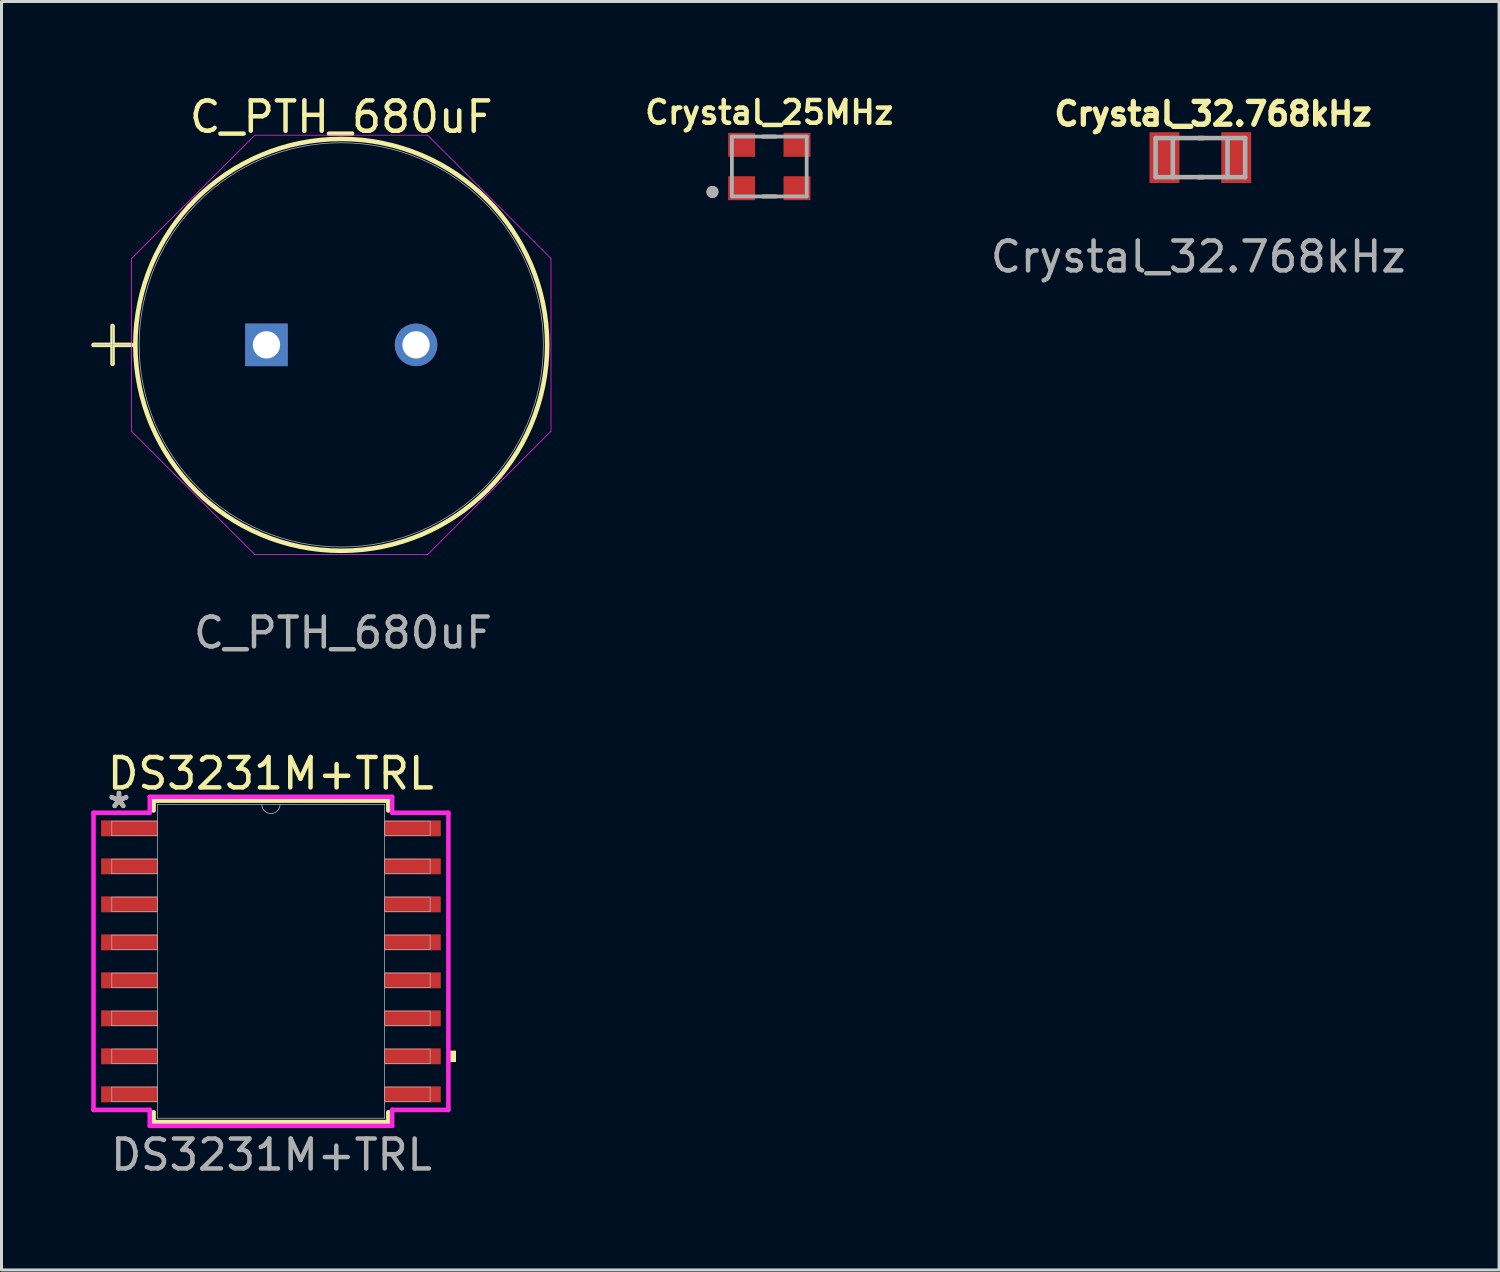
<source format=kicad_pcb>
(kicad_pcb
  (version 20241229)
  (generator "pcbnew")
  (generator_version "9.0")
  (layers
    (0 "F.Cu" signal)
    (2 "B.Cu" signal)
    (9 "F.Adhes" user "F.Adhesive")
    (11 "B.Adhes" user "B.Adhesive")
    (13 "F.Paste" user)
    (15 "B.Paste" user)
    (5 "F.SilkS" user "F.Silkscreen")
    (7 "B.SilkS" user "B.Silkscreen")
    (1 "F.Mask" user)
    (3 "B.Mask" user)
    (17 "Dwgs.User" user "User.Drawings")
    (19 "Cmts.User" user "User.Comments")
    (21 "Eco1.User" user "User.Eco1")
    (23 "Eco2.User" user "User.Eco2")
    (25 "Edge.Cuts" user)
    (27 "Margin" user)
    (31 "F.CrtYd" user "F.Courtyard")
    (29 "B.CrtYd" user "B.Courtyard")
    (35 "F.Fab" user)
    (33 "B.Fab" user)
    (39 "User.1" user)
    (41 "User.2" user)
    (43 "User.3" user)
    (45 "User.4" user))
  (footprint "C_PTH_680uF"
    (layer "F.Cu")
    (at 5.857 8.478)
    (property "Reference" "C_PTH_680uF" (at 2.5 -7.62 0) (unlocked yes) (layer "F.SilkS") (effects (font (size 1.016 1.016) (thickness 0.15))))
    (attr through_hole)
    (fp_line (start -5.78 0) (end -4.51 0) (stroke (width 0.152) (type solid)) (layer "F.SilkS"))
    (fp_line (start -5.145 -0.635) (end -5.145 0.635) (stroke (width 0.152) (type solid)) (layer "F.SilkS"))
    (fp_circle (center 2.5 0) (end 9.383 0) (stroke (width 0.152) (type solid)) (fill no) (layer "F.SilkS"))
    (fp_line (start -4.51 -2.887) (end -0.387 -7.01) (stroke (width 0.025) (type solid)) (layer "F.CrtYd"))
    (fp_line (start -4.51 2.887) (end -4.51 -2.887) (stroke (width 0.025) (type solid)) (layer "F.CrtYd"))
    (fp_line (start -0.387 -7.01) (end 5.387 -7.01) (stroke (width 0.025) (type solid)) (layer "F.CrtYd"))
    (fp_line (start -0.387 7.01) (end -4.51 2.887) (stroke (width 0.025) (type solid)) (layer "F.CrtYd"))
    (fp_line (start 5.387 -7.01) (end 9.51 -2.887) (stroke (width 0.025) (type solid)) (layer "F.CrtYd"))
    (fp_line (start 5.387 7.01) (end -0.387 7.01) (stroke (width 0.025) (type solid)) (layer "F.CrtYd"))
    (fp_line (start 9.51 -2.887) (end 9.51 2.887) (stroke (width 0.025) (type solid)) (layer "F.CrtYd"))
    (fp_line (start 9.51 2.887) (end 5.387 7.01) (stroke (width 0.025) (type solid)) (layer "F.CrtYd"))
    (fp_line (start -5.78 0) (end -4.51 0) (stroke (width 0.025) (type solid)) (layer "F.Fab"))
    (fp_line (start -5.145 -0.635) (end -5.145 0.635) (stroke (width 0.025) (type solid)) (layer "F.Fab"))
    (fp_circle (center 2.5 0) (end 9.256 0) (stroke (width 0.025) (type solid)) (fill no) (layer "F.Fab"))
    (fp_text user "${REFERENCE}" (at 2.559 9.624 0) (unlocked yes) (layer "F.Fab") (effects (font (size 1 1) (thickness 0.15))))
    (pad "1" thru_hole rect (at 0 0) (size 1.422 1.422) (drill 0.914) (layers "*.Cu" "*.Mask"))
    (pad "2" thru_hole circle (at 5 0) (size 1.422 1.422) (drill 0.914) (layers "*.Cu" "*.Mask")))
  (footprint "Crystal_25MHz"
    (layer "F.Cu")
    (at 22.665 2.516)
    (property "Reference" "Crystal_25MHz" (at 0 -1.807 0) (layer "F.SilkS") (effects (font (size 0.762 0.762) (thickness 0.15))))
    (attr smd)
    (fp_line (start -0.221 -1) (end 0.221 -1) (stroke (width 0.127) (type solid)) (layer "F.SilkS"))
    (fp_line (start -0.221 1) (end 0.221 1) (stroke (width 0.127) (type solid)) (layer "F.SilkS"))
    (fp_circle (center -1.9 0.85) (end -1.8 0.85) (stroke (width 0.2) (type solid)) (fill no) (layer "F.SilkS"))
    (fp_line (start -1.25 -1) (end 1.25 -1) (stroke (width 0.127) (type solid)) (layer "F.Fab"))
    (fp_line (start -1.25 1) (end -1.25 -1) (stroke (width 0.127) (type solid)) (layer "F.Fab"))
    (fp_line (start 1.25 -1) (end 1.25 1) (stroke (width 0.127) (type solid)) (layer "F.Fab"))
    (fp_line (start 1.25 1) (end -1.25 1) (stroke (width 0.127) (type solid)) (layer "F.Fab"))
    (fp_circle (center -1.9 0.85) (end -1.8 0.85) (stroke (width 0.2) (type solid)) (fill no) (layer "F.Fab"))
    (pad "1" smd rect (at -0.925 0.725 180) (size 0.9 0.8) (layers "F.Cu" "F.Mask" "F.Paste"))
    (pad "2" smd rect (at 0.925 0.725 180) (size 0.9 0.8) (layers "F.Cu" "F.Mask" "F.Paste"))
    (pad "3" smd rect (at 0.925 -0.725 180) (size 0.9 0.8) (layers "F.Cu" "F.Mask" "F.Paste"))
    (pad "4" smd rect (at -0.925 -0.725 180) (size 0.9 0.8) (layers "F.Cu" "F.Mask" "F.Paste")))
  (footprint "Crystal_32.768kHz"
    (layer "F.Cu")
    (at 35.874 2.218)
    (property "Reference" "Crystal_32.768kHz" (at 1.625 -1.46 0) (unlocked yes) (layer "F.SilkS") (effects (font (size 0.762 0.762) (thickness 0.178) (bold yes))))
    (attr smd)
    (fp_line (start 1.142 0.653) (end 1.295 0.653) (stroke (width 0.152) (type solid)) (layer "F.SilkS"))
    (fp_line (start 1.295 -0.653) (end 1.142 -0.653) (stroke (width 0.152) (type solid)) (layer "F.SilkS"))
    (fp_line (start -0.297 -0.653) (end -0.297 0.653) (stroke (width 0.152) (type solid)) (layer "F.Fab"))
    (fp_line (start 0.279 -0.653) (end 0.279 0.653) (stroke (width 0.152) (type solid)) (layer "F.Fab"))
    (fp_line (start 2.108 -0.653) (end 2.108 0.653) (stroke (width 0.152) (type solid)) (layer "F.Fab"))
    (fp_line (start 2.697 -0.653) (end -0.297 -0.653) (stroke (width 0.152) (type solid)) (layer "F.Fab"))
    (fp_line (start 2.697 -0.653) (end 2.697 0.653) (stroke (width 0.152) (type solid)) (layer "F.Fab"))
    (fp_line (start 2.697 0.653) (end -0.297 0.653) (stroke (width 0.152) (type solid)) (layer "F.Fab"))
    (fp_text user "${REFERENCE}" (at 1.13 3.315 0) (unlocked yes) (layer "F.Fab") (effects (font (size 1 1) (thickness 0.15))))
    (pad "1" smd rect (at 0 0) (size 1 1.7) (layers "F.Cu" "F.Mask" "F.Paste"))
    (pad "2" smd rect (at 2.4 0) (size 1 1.7) (layers "F.Cu" "F.Mask" "F.Paste")))
  (footprint "DS3231M+TRL"
    (layer "F.Cu")
    (at 6.007 29.084)
    (property "Reference" "DS3231M+TRL" (at -0.007 -6.277 0) (unlocked yes) (layer "F.SilkS") (effects (font (size 1.016 1.016) (thickness 0.15))))
    (attr smd)
    (fp_line (start -3.924 -5.372) (end -3.924 -5.044) (stroke (width 0.152) (type solid)) (layer "F.SilkS"))
    (fp_line (start -3.924 5.044) (end -3.924 5.372) (stroke (width 0.152) (type solid)) (layer "F.SilkS"))
    (fp_line (start -3.924 5.372) (end 3.924 5.372) (stroke (width 0.152) (type solid)) (layer "F.SilkS"))
    (fp_line (start 3.924 -5.372) (end -3.924 -5.372) (stroke (width 0.152) (type solid)) (layer "F.SilkS"))
    (fp_line (start 3.924 -5.044) (end 3.924 -5.372) (stroke (width 0.152) (type solid)) (layer "F.SilkS"))
    (fp_line (start 3.924 5.372) (end 3.924 5.044) (stroke (width 0.152) (type solid)) (layer "F.SilkS"))
    (fp_poly (pts (xy 6.185 2.985) (xy 6.185 3.365) (xy 5.931 3.365) (xy 5.931 2.985)) (stroke (width 0) (type solid)) (fill yes) (layer "F.SilkS"))
    (fp_line (start -5.931 -4.966) (end -4.051 -4.966) (stroke (width 0.152) (type solid)) (layer "F.CrtYd"))
    (fp_line (start -5.931 4.966) (end -5.931 -4.966) (stroke (width 0.152) (type solid)) (layer "F.CrtYd"))
    (fp_line (start -5.931 4.966) (end -4.051 4.966) (stroke (width 0.152) (type solid)) (layer "F.CrtYd"))
    (fp_line (start -4.051 -5.499) (end 4.051 -5.499) (stroke (width 0.152) (type solid)) (layer "F.CrtYd"))
    (fp_line (start -4.051 -4.966) (end -4.051 -5.499) (stroke (width 0.152) (type solid)) (layer "F.CrtYd"))
    (fp_line (start -4.051 5.499) (end -4.051 4.966) (stroke (width 0.152) (type solid)) (layer "F.CrtYd"))
    (fp_line (start 4.051 -5.499) (end 4.051 -4.966) (stroke (width 0.152) (type solid)) (layer "F.CrtYd"))
    (fp_line (start 4.051 4.966) (end 4.051 5.499) (stroke (width 0.152) (type solid)) (layer "F.CrtYd"))
    (fp_line (start 4.051 5.499) (end -4.051 5.499) (stroke (width 0.152) (type solid)) (layer "F.CrtYd"))
    (fp_line (start 5.931 -4.966) (end 4.051 -4.966) (stroke (width 0.152) (type solid)) (layer "F.CrtYd"))
    (fp_line (start 5.931 -4.966) (end 5.931 4.966) (stroke (width 0.152) (type solid)) (layer "F.CrtYd"))
    (fp_line (start 5.931 4.966) (end 4.051 4.966) (stroke (width 0.152) (type solid)) (layer "F.CrtYd"))
    (fp_line (start -5.321 -4.686) (end -5.321 -4.204) (stroke (width 0.025) (type solid)) (layer "F.Fab"))
    (fp_line (start -5.321 -4.204) (end -3.797 -4.204) (stroke (width 0.025) (type solid)) (layer "F.Fab"))
    (fp_line (start -5.321 -3.416) (end -5.321 -2.934) (stroke (width 0.025) (type solid)) (layer "F.Fab"))
    (fp_line (start -5.321 -2.934) (end -3.797 -2.934) (stroke (width 0.025) (type solid)) (layer "F.Fab"))
    (fp_line (start -5.321 -2.146) (end -5.321 -1.664) (stroke (width 0.025) (type solid)) (layer "F.Fab"))
    (fp_line (start -5.321 -1.664) (end -3.797 -1.664) (stroke (width 0.025) (type solid)) (layer "F.Fab"))
    (fp_line (start -5.321 -0.876) (end -5.321 -0.394) (stroke (width 0.025) (type solid)) (layer "F.Fab"))
    (fp_line (start -5.321 -0.394) (end -3.797 -0.394) (stroke (width 0.025) (type solid)) (layer "F.Fab"))
    (fp_line (start -5.321 0.394) (end -5.321 0.876) (stroke (width 0.025) (type solid)) (layer "F.Fab"))
    (fp_line (start -5.321 0.876) (end -3.797 0.876) (stroke (width 0.025) (type solid)) (layer "F.Fab"))
    (fp_line (start -5.321 1.664) (end -5.321 2.146) (stroke (width 0.025) (type solid)) (layer "F.Fab"))
    (fp_line (start -5.321 2.146) (end -3.797 2.146) (stroke (width 0.025) (type solid)) (layer "F.Fab"))
    (fp_line (start -5.321 2.934) (end -5.321 3.416) (stroke (width 0.025) (type solid)) (layer "F.Fab"))
    (fp_line (start -5.321 3.416) (end -3.797 3.416) (stroke (width 0.025) (type solid)) (layer "F.Fab"))
    (fp_line (start -5.321 4.204) (end -5.321 4.686) (stroke (width 0.025) (type solid)) (layer "F.Fab"))
    (fp_line (start -5.321 4.686) (end -3.797 4.686) (stroke (width 0.025) (type solid)) (layer "F.Fab"))
    (fp_line (start -3.797 -5.245) (end -3.797 5.245) (stroke (width 0.025) (type solid)) (layer "F.Fab"))
    (fp_line (start -3.797 -4.686) (end -5.321 -4.686) (stroke (width 0.025) (type solid)) (layer "F.Fab"))
    (fp_line (start -3.797 -4.204) (end -3.797 -4.686) (stroke (width 0.025) (type solid)) (layer "F.Fab"))
    (fp_line (start -3.797 -3.416) (end -5.321 -3.416) (stroke (width 0.025) (type solid)) (layer "F.Fab"))
    (fp_line (start -3.797 -2.934) (end -3.797 -3.416) (stroke (width 0.025) (type solid)) (layer "F.Fab"))
    (fp_line (start -3.797 -2.146) (end -5.321 -2.146) (stroke (width 0.025) (type solid)) (layer "F.Fab"))
    (fp_line (start -3.797 -1.664) (end -3.797 -2.146) (stroke (width 0.025) (type solid)) (layer "F.Fab"))
    (fp_line (start -3.797 -0.876) (end -5.321 -0.876) (stroke (width 0.025) (type solid)) (layer "F.Fab"))
    (fp_line (start -3.797 -0.394) (end -3.797 -0.876) (stroke (width 0.025) (type solid)) (layer "F.Fab"))
    (fp_line (start -3.797 0.394) (end -5.321 0.394) (stroke (width 0.025) (type solid)) (layer "F.Fab"))
    (fp_line (start -3.797 0.876) (end -3.797 0.394) (stroke (width 0.025) (type solid)) (layer "F.Fab"))
    (fp_line (start -3.797 1.664) (end -5.321 1.664) (stroke (width 0.025) (type solid)) (layer "F.Fab"))
    (fp_line (start -3.797 2.146) (end -3.797 1.664) (stroke (width 0.025) (type solid)) (layer "F.Fab"))
    (fp_line (start -3.797 2.934) (end -5.321 2.934) (stroke (width 0.025) (type solid)) (layer "F.Fab"))
    (fp_line (start -3.797 3.416) (end -3.797 2.934) (stroke (width 0.025) (type solid)) (layer "F.Fab"))
    (fp_line (start -3.797 4.204) (end -5.321 4.204) (stroke (width 0.025) (type solid)) (layer "F.Fab"))
    (fp_line (start -3.797 4.686) (end -3.797 4.204) (stroke (width 0.025) (type solid)) (layer "F.Fab"))
    (fp_line (start -3.797 5.245) (end 3.797 5.245) (stroke (width 0.025) (type solid)) (layer "F.Fab"))
    (fp_line (start 3.797 -5.245) (end -3.797 -5.245) (stroke (width 0.025) (type solid)) (layer "F.Fab"))
    (fp_line (start 3.797 -4.686) (end 3.797 -4.204) (stroke (width 0.025) (type solid)) (layer "F.Fab"))
    (fp_line (start 3.797 -4.204) (end 5.321 -4.204) (stroke (width 0.025) (type solid)) (layer "F.Fab"))
    (fp_line (start 3.797 -3.416) (end 3.797 -2.934) (stroke (width 0.025) (type solid)) (layer "F.Fab"))
    (fp_line (start 3.797 -2.934) (end 5.321 -2.934) (stroke (width 0.025) (type solid)) (layer "F.Fab"))
    (fp_line (start 3.797 -2.146) (end 3.797 -1.664) (stroke (width 0.025) (type solid)) (layer "F.Fab"))
    (fp_line (start 3.797 -1.664) (end 5.321 -1.664) (stroke (width 0.025) (type solid)) (layer "F.Fab"))
    (fp_line (start 3.797 -0.876) (end 3.797 -0.394) (stroke (width 0.025) (type solid)) (layer "F.Fab"))
    (fp_line (start 3.797 -0.394) (end 5.321 -0.394) (stroke (width 0.025) (type solid)) (layer "F.Fab"))
    (fp_line (start 3.797 0.394) (end 3.797 0.876) (stroke (width 0.025) (type solid)) (layer "F.Fab"))
    (fp_line (start 3.797 0.876) (end 5.321 0.876) (stroke (width 0.025) (type solid)) (layer "F.Fab"))
    (fp_line (start 3.797 1.664) (end 3.797 2.146) (stroke (width 0.025) (type solid)) (layer "F.Fab"))
    (fp_line (start 3.797 2.146) (end 5.321 2.146) (stroke (width 0.025) (type solid)) (layer "F.Fab"))
    (fp_line (start 3.797 2.934) (end 3.797 3.416) (stroke (width 0.025) (type solid)) (layer "F.Fab"))
    (fp_line (start 3.797 3.416) (end 5.321 3.416) (stroke (width 0.025) (type solid)) (layer "F.Fab"))
    (fp_line (start 3.797 4.204) (end 3.797 4.686) (stroke (width 0.025) (type solid)) (layer "F.Fab"))
    (fp_line (start 3.797 4.686) (end 5.321 4.686) (stroke (width 0.025) (type solid)) (layer "F.Fab"))
    (fp_line (start 3.797 5.245) (end 3.797 -5.245) (stroke (width 0.025) (type solid)) (layer "F.Fab"))
    (fp_line (start 5.321 -4.686) (end 3.797 -4.686) (stroke (width 0.025) (type solid)) (layer "F.Fab"))
    (fp_line (start 5.321 -4.204) (end 5.321 -4.686) (stroke (width 0.025) (type solid)) (layer "F.Fab"))
    (fp_line (start 5.321 -3.416) (end 3.797 -3.416) (stroke (width 0.025) (type solid)) (layer "F.Fab"))
    (fp_line (start 5.321 -2.934) (end 5.321 -3.416) (stroke (width 0.025) (type solid)) (layer "F.Fab"))
    (fp_line (start 5.321 -2.146) (end 3.797 -2.146) (stroke (width 0.025) (type solid)) (layer "F.Fab"))
    (fp_line (start 5.321 -1.664) (end 5.321 -2.146) (stroke (width 0.025) (type solid)) (layer "F.Fab"))
    (fp_line (start 5.321 -0.876) (end 3.797 -0.876) (stroke (width 0.025) (type solid)) (layer "F.Fab"))
    (fp_line (start 5.321 -0.394) (end 5.321 -0.876) (stroke (width 0.025) (type solid)) (layer "F.Fab"))
    (fp_line (start 5.321 0.394) (end 3.797 0.394) (stroke (width 0.025) (type solid)) (layer "F.Fab"))
    (fp_line (start 5.321 0.876) (end 5.321 0.394) (stroke (width 0.025) (type solid)) (layer "F.Fab"))
    (fp_line (start 5.321 1.664) (end 3.797 1.664) (stroke (width 0.025) (type solid)) (layer "F.Fab"))
    (fp_line (start 5.321 2.146) (end 5.321 1.664) (stroke (width 0.025) (type solid)) (layer "F.Fab"))
    (fp_line (start 5.321 2.934) (end 3.797 2.934) (stroke (width 0.025) (type solid)) (layer "F.Fab"))
    (fp_line (start 5.321 3.416) (end 5.321 2.934) (stroke (width 0.025) (type solid)) (layer "F.Fab"))
    (fp_line (start 5.321 4.204) (end 3.797 4.204) (stroke (width 0.025) (type solid)) (layer "F.Fab"))
    (fp_line (start 5.321 4.686) (end 5.321 4.204) (stroke (width 0.025) (type solid)) (layer "F.Fab"))
    (fp_arc (start 0.3048 -5.2451) (mid 0 -4.9403) (end -0.3048 -5.2451) (stroke (width 0.0254) (type solid)) (layer "F.Fab"))
    (fp_text user "*" (at -5.08 -5.08 0) (layer "F.SilkS") (effects (font (size 1 1) (thickness 0.15))))
    (fp_text user "*" (at -5.08 -5.08 0) (layer "F.Fab") (effects (font (size 1 1) (thickness 0.15))))
    (fp_text user "${REFERENCE}" (at 0.017 6.468 0) (unlocked yes) (layer "F.Fab") (effects (font (size 1 1) (thickness 0.15))))
    (pad "1" smd rect (at -4.737 -4.445) (size 1.88 0.533) (layers "F.Cu" "F.Mask" "F.Paste"))
    (pad "2" smd rect (at -4.737 -3.175) (size 1.88 0.533) (layers "F.Cu" "F.Mask" "F.Paste"))
    (pad "3" smd rect (at -4.737 -1.905) (size 1.88 0.533) (layers "F.Cu" "F.Mask" "F.Paste"))
    (pad "4" smd rect (at -4.737 -0.635) (size 1.88 0.533) (layers "F.Cu" "F.Mask" "F.Paste"))
    (pad "5" smd rect (at -4.737 0.635) (size 1.88 0.533) (layers "F.Cu" "F.Mask" "F.Paste"))
    (pad "6" smd rect (at -4.737 1.905) (size 1.88 0.533) (layers "F.Cu" "F.Mask" "F.Paste"))
    (pad "7" smd rect (at -4.737 3.175) (size 1.88 0.533) (layers "F.Cu" "F.Mask" "F.Paste"))
    (pad "8" smd rect (at -4.737 4.445) (size 1.88 0.533) (layers "F.Cu" "F.Mask" "F.Paste"))
    (pad "9" smd rect (at 4.737 4.445) (size 1.88 0.533) (layers "F.Cu" "F.Mask" "F.Paste"))
    (pad "10" smd rect (at 4.737 3.175) (size 1.88 0.533) (layers "F.Cu" "F.Mask" "F.Paste"))
    (pad "11" smd rect (at 4.737 1.905) (size 1.88 0.533) (layers "F.Cu" "F.Mask" "F.Paste"))
    (pad "12" smd rect (at 4.737 0.635) (size 1.88 0.533) (layers "F.Cu" "F.Mask" "F.Paste"))
    (pad "13" smd rect (at 4.737 -0.635) (size 1.88 0.533) (layers "F.Cu" "F.Mask" "F.Paste"))
    (pad "14" smd rect (at 4.737 -1.905) (size 1.88 0.533) (layers "F.Cu" "F.Mask" "F.Paste"))
    (pad "15" smd rect (at 4.737 -3.175) (size 1.88 0.533) (layers "F.Cu" "F.Mask" "F.Paste"))
    (pad "16" smd rect (at 4.737 -4.445) (size 1.88 0.533) (layers "F.Cu" "F.Mask" "F.Paste")))
  (gr_rect
    (start -3 -3)
    (end 47.058 39.401)
    (stroke (width 0.1) (type default))
    (fill no)
    (layer "Edge.Cuts")))
</source>
